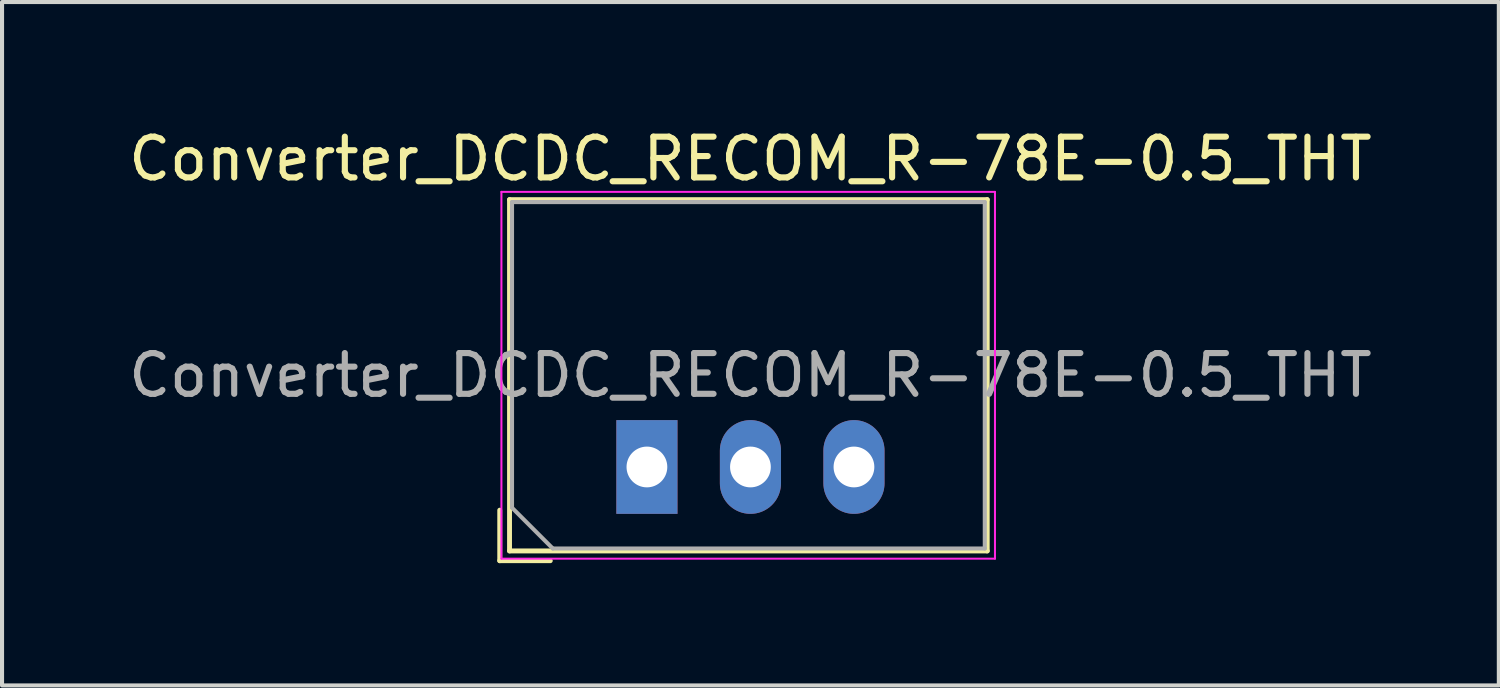
<source format=kicad_pcb>
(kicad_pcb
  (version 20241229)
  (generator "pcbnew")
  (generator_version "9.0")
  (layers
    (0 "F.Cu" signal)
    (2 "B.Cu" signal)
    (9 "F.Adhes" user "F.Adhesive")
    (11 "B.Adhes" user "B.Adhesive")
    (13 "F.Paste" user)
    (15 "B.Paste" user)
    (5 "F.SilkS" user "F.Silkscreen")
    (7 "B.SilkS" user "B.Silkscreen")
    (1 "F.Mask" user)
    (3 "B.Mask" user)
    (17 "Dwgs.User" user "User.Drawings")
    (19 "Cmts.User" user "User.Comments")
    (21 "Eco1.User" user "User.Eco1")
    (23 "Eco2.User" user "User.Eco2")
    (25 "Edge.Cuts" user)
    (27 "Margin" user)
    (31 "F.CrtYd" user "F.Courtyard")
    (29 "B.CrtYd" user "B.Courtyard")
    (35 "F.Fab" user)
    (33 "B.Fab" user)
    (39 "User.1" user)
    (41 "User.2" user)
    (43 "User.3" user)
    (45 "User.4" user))
  (footprint "Converter_DCDC_RECOM_R-78E-0.5_THT"
    (layer "F.Cu")
    (at 12.823 8.408)
    (property "Reference" "Converter_DCDC_RECOM_R-78E-0.5_THT" (at 2.54 -7.56 0) (layer "F.SilkS") (effects (font (size 1 1) (thickness 0.15))))
    (attr through_hole)
    (fp_line (start -3.611 1.06) (end -3.611 2.3) (stroke (width 0.12) (type solid)) (layer "F.SilkS"))
    (fp_line (start -3.611 2.3) (end -2.371 2.3) (stroke (width 0.12) (type solid)) (layer "F.SilkS"))
    (fp_line (start -3.371 -6.56) (end -3.371 2.06) (stroke (width 0.12) (type solid)) (layer "F.SilkS"))
    (fp_line (start -3.371 -6.56) (end 8.35 -6.56) (stroke (width 0.12) (type solid)) (layer "F.SilkS"))
    (fp_line (start -3.371 2.06) (end 8.35 2.06) (stroke (width 0.12) (type solid)) (layer "F.SilkS"))
    (fp_line (start 8.35 -6.56) (end 8.35 2.06) (stroke (width 0.12) (type solid)) (layer "F.SilkS"))
    (fp_line (start -3.57 -6.75) (end -3.57 2.25) (stroke (width 0.05) (type solid)) (layer "F.CrtYd"))
    (fp_line (start -3.57 2.25) (end 8.54 2.25) (stroke (width 0.05) (type solid)) (layer "F.CrtYd"))
    (fp_line (start 8.54 -6.75) (end -3.57 -6.75) (stroke (width 0.05) (type solid)) (layer "F.CrtYd"))
    (fp_line (start 8.54 2.25) (end 8.54 -6.75) (stroke (width 0.05) (type solid)) (layer "F.CrtYd"))
    (fp_line (start -3.31 -6.5) (end 8.29 -6.5) (stroke (width 0.1) (type solid)) (layer "F.Fab"))
    (fp_line (start -3.31 1) (end -3.31 -6.5) (stroke (width 0.1) (type solid)) (layer "F.Fab"))
    (fp_line (start -2.31 2) (end -3.31 1) (stroke (width 0.1) (type solid)) (layer "F.Fab"))
    (fp_line (start 8.29 -6.5) (end 8.29 2) (stroke (width 0.1) (type solid)) (layer "F.Fab"))
    (fp_line (start 8.29 2) (end -2.31 2) (stroke (width 0.1) (type solid)) (layer "F.Fab"))
    (fp_text user "${REFERENCE}" (at 2.54 -2.25 0) (layer "F.Fab") (effects (font (size 1 1) (thickness 0.15))))
    (pad "1" thru_hole rect (at 0 0) (size 1.5 2.3) (drill 1) (layers "*.Cu" "*.Mask"))
    (pad "2" thru_hole oval (at 2.54 0) (size 1.5 2.3) (drill 1) (layers "*.Cu" "*.Mask"))
    (pad "3" thru_hole oval (at 5.08 0) (size 1.5 2.3) (drill 1) (layers "*.Cu" "*.Mask")))
  (gr_rect
    (start -3 -3)
    (end 33.726 13.768)
    (stroke (width 0.1) (type default))
    (fill no)
    (layer "Edge.Cuts")))
</source>
